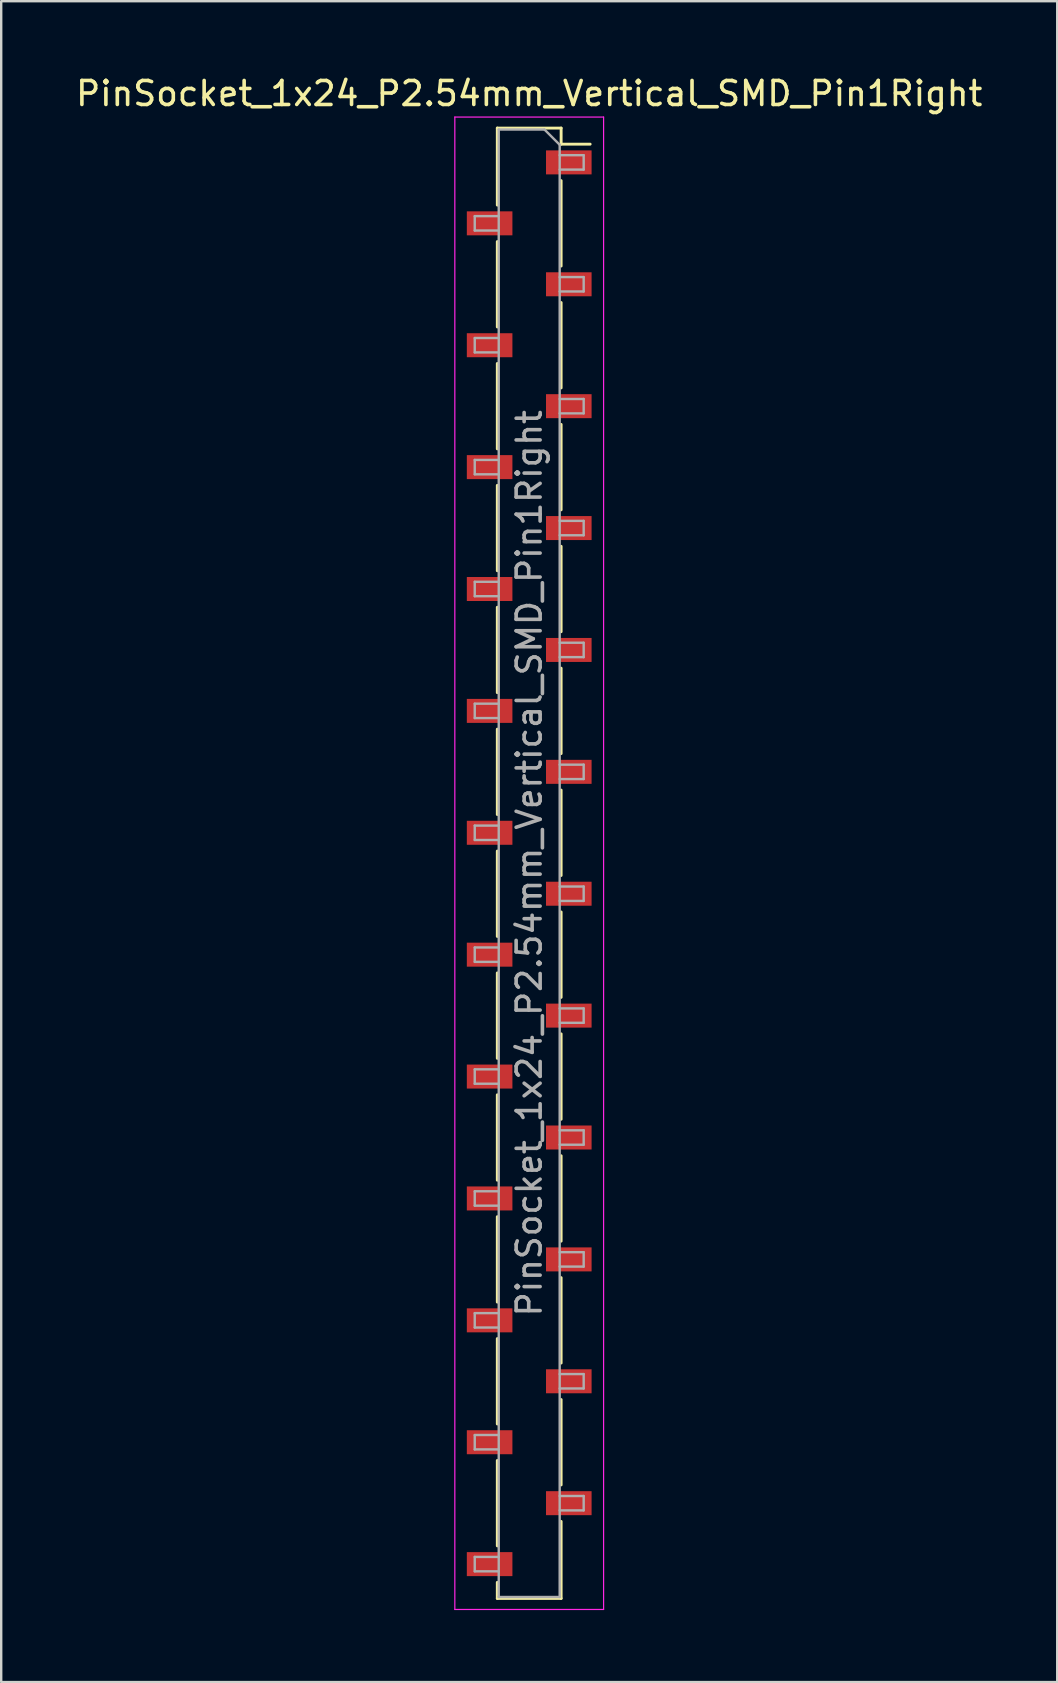
<source format=kicad_pcb>
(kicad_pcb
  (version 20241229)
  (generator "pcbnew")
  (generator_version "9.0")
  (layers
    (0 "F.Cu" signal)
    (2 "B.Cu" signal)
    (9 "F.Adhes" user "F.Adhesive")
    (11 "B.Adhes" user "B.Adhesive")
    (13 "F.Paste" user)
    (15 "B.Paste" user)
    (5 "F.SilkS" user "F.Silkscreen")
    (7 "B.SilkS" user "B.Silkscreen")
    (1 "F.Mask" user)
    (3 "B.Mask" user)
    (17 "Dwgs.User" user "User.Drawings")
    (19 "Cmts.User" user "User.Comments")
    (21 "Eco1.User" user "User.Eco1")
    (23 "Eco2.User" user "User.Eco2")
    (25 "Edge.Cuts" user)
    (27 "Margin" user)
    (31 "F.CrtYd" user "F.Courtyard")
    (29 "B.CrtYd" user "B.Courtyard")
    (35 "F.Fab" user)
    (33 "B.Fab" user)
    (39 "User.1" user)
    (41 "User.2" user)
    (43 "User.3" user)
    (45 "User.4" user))
  (footprint "PinSocket_1x24_P2.54mm_Vertical_SMD_Pin1Right"
    (layer "F.Cu")
    (at 19.006 32.928)
    (property "Reference" "PinSocket_1x24_P2.54mm_Vertical_SMD_Pin1Right" (at 0 -32.08 0) (layer "F.SilkS") (effects (font (size 1 1) (thickness 0.15))))
    (attr smd)
    (fp_line (start -1.33 -30.64) (end -1.33 -27.43) (stroke (width 0.12) (type solid)) (layer "F.SilkS"))
    (fp_line (start -1.33 -30.64) (end 1.33 -30.64) (stroke (width 0.12) (type solid)) (layer "F.SilkS"))
    (fp_line (start -1.33 -25.91) (end -1.33 -22.35) (stroke (width 0.12) (type solid)) (layer "F.SilkS"))
    (fp_line (start -1.33 -20.83) (end -1.33 -17.27) (stroke (width 0.12) (type solid)) (layer "F.SilkS"))
    (fp_line (start -1.33 -15.75) (end -1.33 -12.19) (stroke (width 0.12) (type solid)) (layer "F.SilkS"))
    (fp_line (start -1.33 -10.67) (end -1.33 -7.11) (stroke (width 0.12) (type solid)) (layer "F.SilkS"))
    (fp_line (start -1.33 -5.59) (end -1.33 -2.03) (stroke (width 0.12) (type solid)) (layer "F.SilkS"))
    (fp_line (start -1.33 -0.51) (end -1.33 3.05) (stroke (width 0.12) (type solid)) (layer "F.SilkS"))
    (fp_line (start -1.33 4.57) (end -1.33 8.13) (stroke (width 0.12) (type solid)) (layer "F.SilkS"))
    (fp_line (start -1.33 9.65) (end -1.33 13.21) (stroke (width 0.12) (type solid)) (layer "F.SilkS"))
    (fp_line (start -1.33 14.73) (end -1.33 18.29) (stroke (width 0.12) (type solid)) (layer "F.SilkS"))
    (fp_line (start -1.33 19.81) (end -1.33 23.37) (stroke (width 0.12) (type solid)) (layer "F.SilkS"))
    (fp_line (start -1.33 24.89) (end -1.33 28.45) (stroke (width 0.12) (type solid)) (layer "F.SilkS"))
    (fp_line (start -1.33 29.97) (end -1.33 30.64) (stroke (width 0.12) (type solid)) (layer "F.SilkS"))
    (fp_line (start -1.33 30.64) (end 1.33 30.64) (stroke (width 0.12) (type solid)) (layer "F.SilkS"))
    (fp_line (start 1.33 -30.64) (end 1.33 -29.97) (stroke (width 0.12) (type solid)) (layer "F.SilkS"))
    (fp_line (start 1.33 -29.97) (end 2.54 -29.97) (stroke (width 0.12) (type solid)) (layer "F.SilkS"))
    (fp_line (start 1.33 -28.45) (end 1.33 -24.89) (stroke (width 0.12) (type solid)) (layer "F.SilkS"))
    (fp_line (start 1.33 -23.37) (end 1.33 -19.81) (stroke (width 0.12) (type solid)) (layer "F.SilkS"))
    (fp_line (start 1.33 -18.29) (end 1.33 -14.73) (stroke (width 0.12) (type solid)) (layer "F.SilkS"))
    (fp_line (start 1.33 -13.21) (end 1.33 -9.65) (stroke (width 0.12) (type solid)) (layer "F.SilkS"))
    (fp_line (start 1.33 -8.13) (end 1.33 -4.57) (stroke (width 0.12) (type solid)) (layer "F.SilkS"))
    (fp_line (start 1.33 -3.05) (end 1.33 0.51) (stroke (width 0.12) (type solid)) (layer "F.SilkS"))
    (fp_line (start 1.33 2.03) (end 1.33 5.59) (stroke (width 0.12) (type solid)) (layer "F.SilkS"))
    (fp_line (start 1.33 7.11) (end 1.33 10.67) (stroke (width 0.12) (type solid)) (layer "F.SilkS"))
    (fp_line (start 1.33 12.19) (end 1.33 15.75) (stroke (width 0.12) (type solid)) (layer "F.SilkS"))
    (fp_line (start 1.33 17.27) (end 1.33 20.83) (stroke (width 0.12) (type solid)) (layer "F.SilkS"))
    (fp_line (start 1.33 22.35) (end 1.33 25.91) (stroke (width 0.12) (type solid)) (layer "F.SilkS"))
    (fp_line (start 1.33 27.43) (end 1.33 30.64) (stroke (width 0.12) (type solid)) (layer "F.SilkS"))
    (fp_line (start -3.1 -31.1) (end 3.1 -31.1) (stroke (width 0.05) (type solid)) (layer "F.CrtYd"))
    (fp_line (start -3.1 31.1) (end -3.1 -31.1) (stroke (width 0.05) (type solid)) (layer "F.CrtYd"))
    (fp_line (start 3.1 -31.1) (end 3.1 31.1) (stroke (width 0.05) (type solid)) (layer "F.CrtYd"))
    (fp_line (start 3.1 31.1) (end -3.1 31.1) (stroke (width 0.05) (type solid)) (layer "F.CrtYd"))
    (fp_line (start -2.27 -26.97) (end -1.27 -26.97) (stroke (width 0.1) (type solid)) (layer "F.Fab"))
    (fp_line (start -2.27 -26.37) (end -2.27 -26.97) (stroke (width 0.1) (type solid)) (layer "F.Fab"))
    (fp_line (start -2.27 -21.89) (end -1.27 -21.89) (stroke (width 0.1) (type solid)) (layer "F.Fab"))
    (fp_line (start -2.27 -21.29) (end -2.27 -21.89) (stroke (width 0.1) (type solid)) (layer "F.Fab"))
    (fp_line (start -2.27 -16.81) (end -1.27 -16.81) (stroke (width 0.1) (type solid)) (layer "F.Fab"))
    (fp_line (start -2.27 -16.21) (end -2.27 -16.81) (stroke (width 0.1) (type solid)) (layer "F.Fab"))
    (fp_line (start -2.27 -11.73) (end -1.27 -11.73) (stroke (width 0.1) (type solid)) (layer "F.Fab"))
    (fp_line (start -2.27 -11.13) (end -2.27 -11.73) (stroke (width 0.1) (type solid)) (layer "F.Fab"))
    (fp_line (start -2.27 -6.65) (end -1.27 -6.65) (stroke (width 0.1) (type solid)) (layer "F.Fab"))
    (fp_line (start -2.27 -6.05) (end -2.27 -6.65) (stroke (width 0.1) (type solid)) (layer "F.Fab"))
    (fp_line (start -2.27 -1.57) (end -1.27 -1.57) (stroke (width 0.1) (type solid)) (layer "F.Fab"))
    (fp_line (start -2.27 -0.97) (end -2.27 -1.57) (stroke (width 0.1) (type solid)) (layer "F.Fab"))
    (fp_line (start -2.27 3.51) (end -1.27 3.51) (stroke (width 0.1) (type solid)) (layer "F.Fab"))
    (fp_line (start -2.27 4.11) (end -2.27 3.51) (stroke (width 0.1) (type solid)) (layer "F.Fab"))
    (fp_line (start -2.27 8.59) (end -1.27 8.59) (stroke (width 0.1) (type solid)) (layer "F.Fab"))
    (fp_line (start -2.27 9.19) (end -2.27 8.59) (stroke (width 0.1) (type solid)) (layer "F.Fab"))
    (fp_line (start -2.27 13.67) (end -1.27 13.67) (stroke (width 0.1) (type solid)) (layer "F.Fab"))
    (fp_line (start -2.27 14.27) (end -2.27 13.67) (stroke (width 0.1) (type solid)) (layer "F.Fab"))
    (fp_line (start -2.27 18.75) (end -1.27 18.75) (stroke (width 0.1) (type solid)) (layer "F.Fab"))
    (fp_line (start -2.27 19.35) (end -2.27 18.75) (stroke (width 0.1) (type solid)) (layer "F.Fab"))
    (fp_line (start -2.27 23.83) (end -1.27 23.83) (stroke (width 0.1) (type solid)) (layer "F.Fab"))
    (fp_line (start -2.27 24.43) (end -2.27 23.83) (stroke (width 0.1) (type solid)) (layer "F.Fab"))
    (fp_line (start -2.27 28.91) (end -1.27 28.91) (stroke (width 0.1) (type solid)) (layer "F.Fab"))
    (fp_line (start -2.27 29.51) (end -2.27 28.91) (stroke (width 0.1) (type solid)) (layer "F.Fab"))
    (fp_line (start -1.27 -30.58) (end 0.635 -30.58) (stroke (width 0.1) (type solid)) (layer "F.Fab"))
    (fp_line (start -1.27 -26.37) (end -2.27 -26.37) (stroke (width 0.1) (type solid)) (layer "F.Fab"))
    (fp_line (start -1.27 -21.29) (end -2.27 -21.29) (stroke (width 0.1) (type solid)) (layer "F.Fab"))
    (fp_line (start -1.27 -16.21) (end -2.27 -16.21) (stroke (width 0.1) (type solid)) (layer "F.Fab"))
    (fp_line (start -1.27 -11.13) (end -2.27 -11.13) (stroke (width 0.1) (type solid)) (layer "F.Fab"))
    (fp_line (start -1.27 -6.05) (end -2.27 -6.05) (stroke (width 0.1) (type solid)) (layer "F.Fab"))
    (fp_line (start -1.27 -0.97) (end -2.27 -0.97) (stroke (width 0.1) (type solid)) (layer "F.Fab"))
    (fp_line (start -1.27 4.11) (end -2.27 4.11) (stroke (width 0.1) (type solid)) (layer "F.Fab"))
    (fp_line (start -1.27 9.19) (end -2.27 9.19) (stroke (width 0.1) (type solid)) (layer "F.Fab"))
    (fp_line (start -1.27 14.27) (end -2.27 14.27) (stroke (width 0.1) (type solid)) (layer "F.Fab"))
    (fp_line (start -1.27 19.35) (end -2.27 19.35) (stroke (width 0.1) (type solid)) (layer "F.Fab"))
    (fp_line (start -1.27 24.43) (end -2.27 24.43) (stroke (width 0.1) (type solid)) (layer "F.Fab"))
    (fp_line (start -1.27 29.51) (end -2.27 29.51) (stroke (width 0.1) (type solid)) (layer "F.Fab"))
    (fp_line (start -1.27 30.58) (end -1.27 -30.58) (stroke (width 0.1) (type solid)) (layer "F.Fab"))
    (fp_line (start 0.635 -30.58) (end 1.27 -29.945) (stroke (width 0.1) (type solid)) (layer "F.Fab"))
    (fp_line (start 1.27 -29.945) (end 1.27 30.58) (stroke (width 0.1) (type solid)) (layer "F.Fab"))
    (fp_line (start 1.27 -29.51) (end 2.27 -29.51) (stroke (width 0.1) (type solid)) (layer "F.Fab"))
    (fp_line (start 1.27 -24.43) (end 2.27 -24.43) (stroke (width 0.1) (type solid)) (layer "F.Fab"))
    (fp_line (start 1.27 -19.35) (end 2.27 -19.35) (stroke (width 0.1) (type solid)) (layer "F.Fab"))
    (fp_line (start 1.27 -14.27) (end 2.27 -14.27) (stroke (width 0.1) (type solid)) (layer "F.Fab"))
    (fp_line (start 1.27 -9.19) (end 2.27 -9.19) (stroke (width 0.1) (type solid)) (layer "F.Fab"))
    (fp_line (start 1.27 -4.11) (end 2.27 -4.11) (stroke (width 0.1) (type solid)) (layer "F.Fab"))
    (fp_line (start 1.27 0.97) (end 2.27 0.97) (stroke (width 0.1) (type solid)) (layer "F.Fab"))
    (fp_line (start 1.27 6.05) (end 2.27 6.05) (stroke (width 0.1) (type solid)) (layer "F.Fab"))
    (fp_line (start 1.27 11.13) (end 2.27 11.13) (stroke (width 0.1) (type solid)) (layer "F.Fab"))
    (fp_line (start 1.27 16.21) (end 2.27 16.21) (stroke (width 0.1) (type solid)) (layer "F.Fab"))
    (fp_line (start 1.27 21.29) (end 2.27 21.29) (stroke (width 0.1) (type solid)) (layer "F.Fab"))
    (fp_line (start 1.27 26.37) (end 2.27 26.37) (stroke (width 0.1) (type solid)) (layer "F.Fab"))
    (fp_line (start 1.27 30.58) (end -1.27 30.58) (stroke (width 0.1) (type solid)) (layer "F.Fab"))
    (fp_line (start 2.27 -29.51) (end 2.27 -28.91) (stroke (width 0.1) (type solid)) (layer "F.Fab"))
    (fp_line (start 2.27 -28.91) (end 1.27 -28.91) (stroke (width 0.1) (type solid)) (layer "F.Fab"))
    (fp_line (start 2.27 -24.43) (end 2.27 -23.83) (stroke (width 0.1) (type solid)) (layer "F.Fab"))
    (fp_line (start 2.27 -23.83) (end 1.27 -23.83) (stroke (width 0.1) (type solid)) (layer "F.Fab"))
    (fp_line (start 2.27 -19.35) (end 2.27 -18.75) (stroke (width 0.1) (type solid)) (layer "F.Fab"))
    (fp_line (start 2.27 -18.75) (end 1.27 -18.75) (stroke (width 0.1) (type solid)) (layer "F.Fab"))
    (fp_line (start 2.27 -14.27) (end 2.27 -13.67) (stroke (width 0.1) (type solid)) (layer "F.Fab"))
    (fp_line (start 2.27 -13.67) (end 1.27 -13.67) (stroke (width 0.1) (type solid)) (layer "F.Fab"))
    (fp_line (start 2.27 -9.19) (end 2.27 -8.59) (stroke (width 0.1) (type solid)) (layer "F.Fab"))
    (fp_line (start 2.27 -8.59) (end 1.27 -8.59) (stroke (width 0.1) (type solid)) (layer "F.Fab"))
    (fp_line (start 2.27 -4.11) (end 2.27 -3.51) (stroke (width 0.1) (type solid)) (layer "F.Fab"))
    (fp_line (start 2.27 -3.51) (end 1.27 -3.51) (stroke (width 0.1) (type solid)) (layer "F.Fab"))
    (fp_line (start 2.27 0.97) (end 2.27 1.57) (stroke (width 0.1) (type solid)) (layer "F.Fab"))
    (fp_line (start 2.27 1.57) (end 1.27 1.57) (stroke (width 0.1) (type solid)) (layer "F.Fab"))
    (fp_line (start 2.27 6.05) (end 2.27 6.65) (stroke (width 0.1) (type solid)) (layer "F.Fab"))
    (fp_line (start 2.27 6.65) (end 1.27 6.65) (stroke (width 0.1) (type solid)) (layer "F.Fab"))
    (fp_line (start 2.27 11.13) (end 2.27 11.73) (stroke (width 0.1) (type solid)) (layer "F.Fab"))
    (fp_line (start 2.27 11.73) (end 1.27 11.73) (stroke (width 0.1) (type solid)) (layer "F.Fab"))
    (fp_line (start 2.27 16.21) (end 2.27 16.81) (stroke (width 0.1) (type solid)) (layer "F.Fab"))
    (fp_line (start 2.27 16.81) (end 1.27 16.81) (stroke (width 0.1) (type solid)) (layer "F.Fab"))
    (fp_line (start 2.27 21.29) (end 2.27 21.89) (stroke (width 0.1) (type solid)) (layer "F.Fab"))
    (fp_line (start 2.27 21.89) (end 1.27 21.89) (stroke (width 0.1) (type solid)) (layer "F.Fab"))
    (fp_line (start 2.27 26.37) (end 2.27 26.97) (stroke (width 0.1) (type solid)) (layer "F.Fab"))
    (fp_line (start 2.27 26.97) (end 1.27 26.97) (stroke (width 0.1) (type solid)) (layer "F.Fab"))
    (fp_text user "${REFERENCE}" (at 0 0 90) (layer "F.Fab") (effects (font (size 1 1) (thickness 0.15))))
    (pad "1" smd rect (at 1.65 -29.21) (size 1.9 1) (layers "F.Cu" "F.Mask" "F.Paste"))
    (pad "2" smd rect (at -1.65 -26.67) (size 1.9 1) (layers "F.Cu" "F.Mask" "F.Paste"))
    (pad "3" smd rect (at 1.65 -24.13) (size 1.9 1) (layers "F.Cu" "F.Mask" "F.Paste"))
    (pad "4" smd rect (at -1.65 -21.59) (size 1.9 1) (layers "F.Cu" "F.Mask" "F.Paste"))
    (pad "5" smd rect (at 1.65 -19.05) (size 1.9 1) (layers "F.Cu" "F.Mask" "F.Paste"))
    (pad "6" smd rect (at -1.65 -16.51) (size 1.9 1) (layers "F.Cu" "F.Mask" "F.Paste"))
    (pad "7" smd rect (at 1.65 -13.97) (size 1.9 1) (layers "F.Cu" "F.Mask" "F.Paste"))
    (pad "8" smd rect (at -1.65 -11.43) (size 1.9 1) (layers "F.Cu" "F.Mask" "F.Paste"))
    (pad "9" smd rect (at 1.65 -8.89) (size 1.9 1) (layers "F.Cu" "F.Mask" "F.Paste"))
    (pad "10" smd rect (at -1.65 -6.35) (size 1.9 1) (layers "F.Cu" "F.Mask" "F.Paste"))
    (pad "11" smd rect (at 1.65 -3.81) (size 1.9 1) (layers "F.Cu" "F.Mask" "F.Paste"))
    (pad "12" smd rect (at -1.65 -1.27) (size 1.9 1) (layers "F.Cu" "F.Mask" "F.Paste"))
    (pad "13" smd rect (at 1.65 1.27) (size 1.9 1) (layers "F.Cu" "F.Mask" "F.Paste"))
    (pad "14" smd rect (at -1.65 3.81) (size 1.9 1) (layers "F.Cu" "F.Mask" "F.Paste"))
    (pad "15" smd rect (at 1.65 6.35) (size 1.9 1) (layers "F.Cu" "F.Mask" "F.Paste"))
    (pad "16" smd rect (at -1.65 8.89) (size 1.9 1) (layers "F.Cu" "F.Mask" "F.Paste"))
    (pad "17" smd rect (at 1.65 11.43) (size 1.9 1) (layers "F.Cu" "F.Mask" "F.Paste"))
    (pad "18" smd rect (at -1.65 13.97) (size 1.9 1) (layers "F.Cu" "F.Mask" "F.Paste"))
    (pad "19" smd rect (at 1.65 16.51) (size 1.9 1) (layers "F.Cu" "F.Mask" "F.Paste"))
    (pad "20" smd rect (at -1.65 19.05) (size 1.9 1) (layers "F.Cu" "F.Mask" "F.Paste"))
    (pad "21" smd rect (at 1.65 21.59) (size 1.9 1) (layers "F.Cu" "F.Mask" "F.Paste"))
    (pad "22" smd rect (at -1.65 24.13) (size 1.9 1) (layers "F.Cu" "F.Mask" "F.Paste"))
    (pad "23" smd rect (at 1.65 26.67) (size 1.9 1) (layers "F.Cu" "F.Mask" "F.Paste"))
    (pad "24" smd rect (at -1.65 29.21) (size 1.9 1) (layers "F.Cu" "F.Mask" "F.Paste")))
  (gr_rect
    (start -3 -3)
    (end 41.012 67.053)
    (stroke (width 0.1) (type default))
    (fill no)
    (layer "Edge.Cuts")))
</source>
